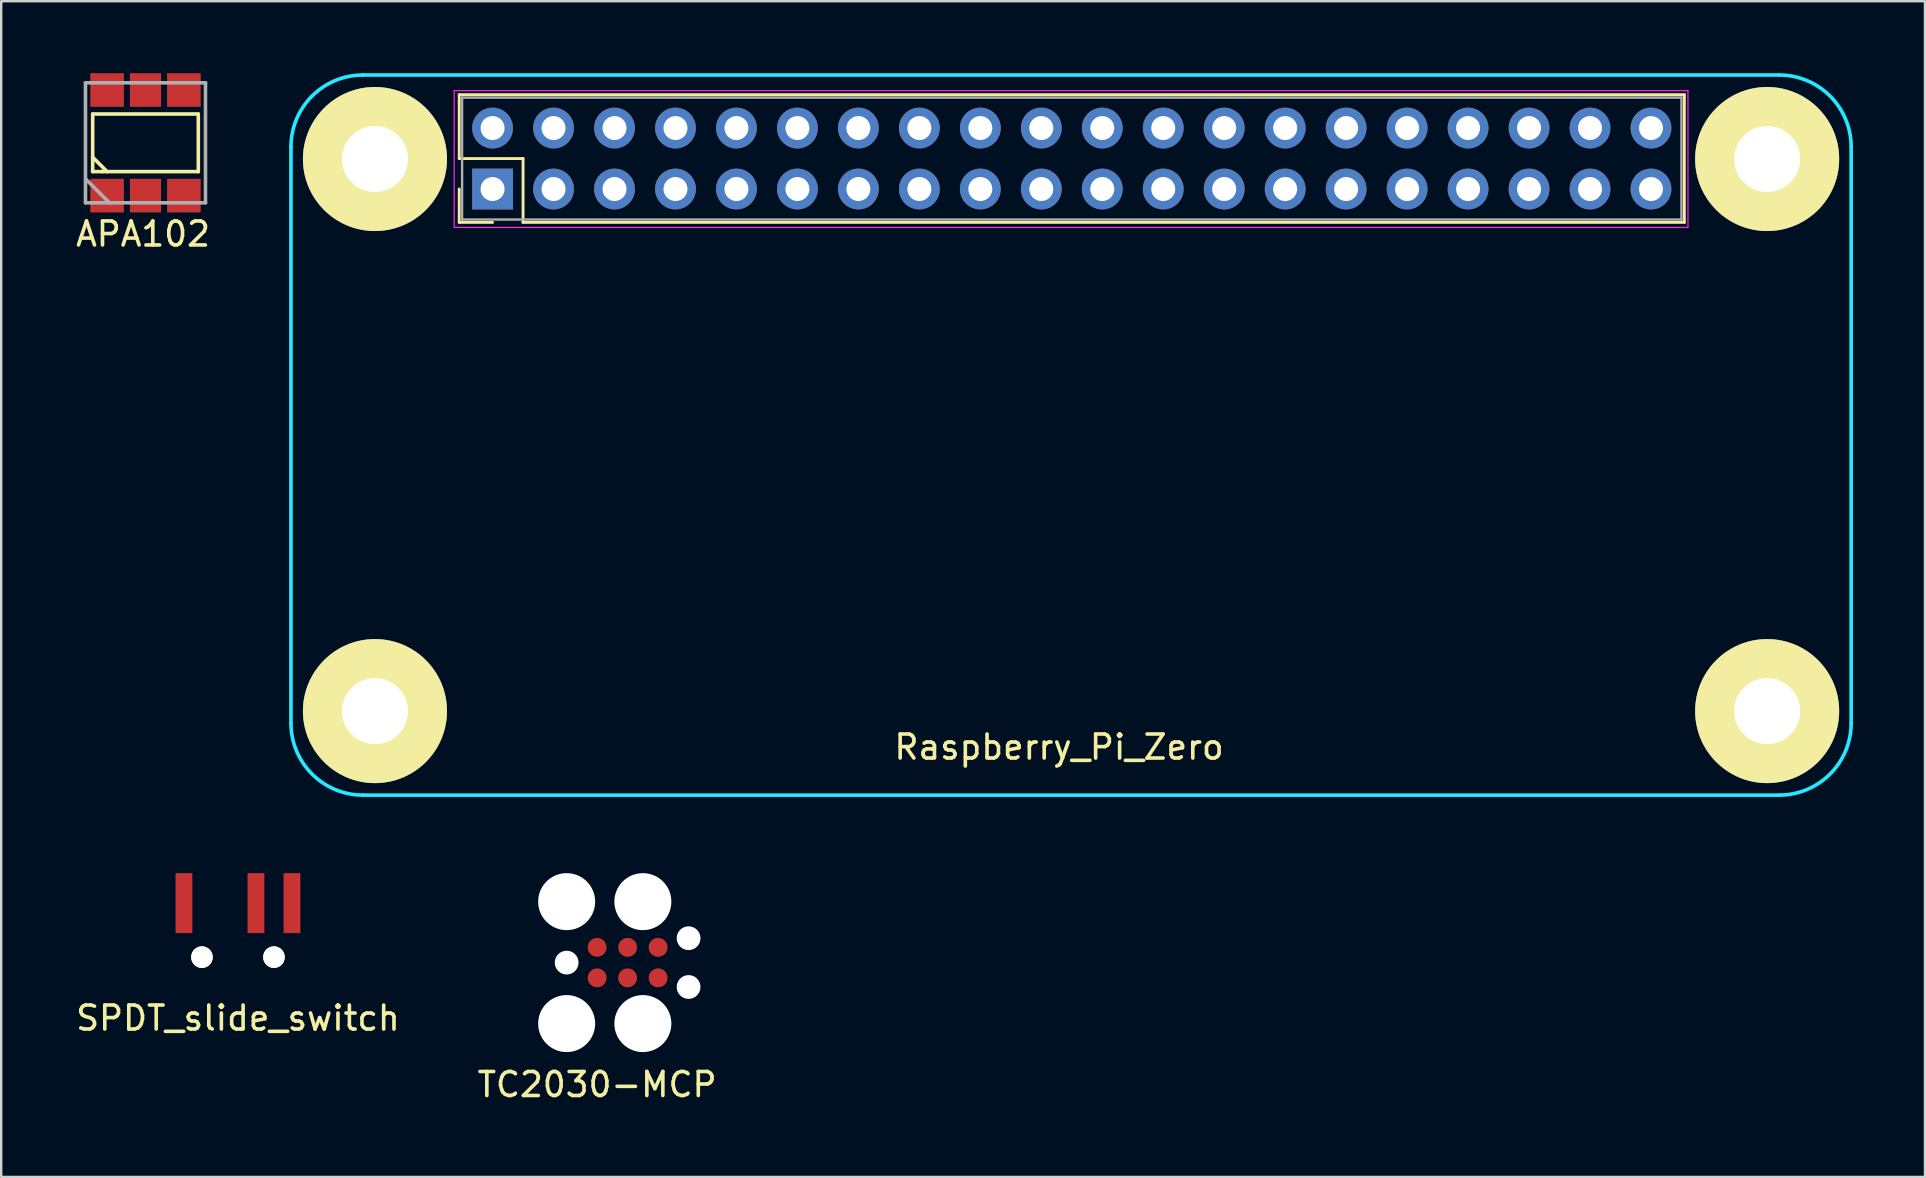
<source format=kicad_pcb>
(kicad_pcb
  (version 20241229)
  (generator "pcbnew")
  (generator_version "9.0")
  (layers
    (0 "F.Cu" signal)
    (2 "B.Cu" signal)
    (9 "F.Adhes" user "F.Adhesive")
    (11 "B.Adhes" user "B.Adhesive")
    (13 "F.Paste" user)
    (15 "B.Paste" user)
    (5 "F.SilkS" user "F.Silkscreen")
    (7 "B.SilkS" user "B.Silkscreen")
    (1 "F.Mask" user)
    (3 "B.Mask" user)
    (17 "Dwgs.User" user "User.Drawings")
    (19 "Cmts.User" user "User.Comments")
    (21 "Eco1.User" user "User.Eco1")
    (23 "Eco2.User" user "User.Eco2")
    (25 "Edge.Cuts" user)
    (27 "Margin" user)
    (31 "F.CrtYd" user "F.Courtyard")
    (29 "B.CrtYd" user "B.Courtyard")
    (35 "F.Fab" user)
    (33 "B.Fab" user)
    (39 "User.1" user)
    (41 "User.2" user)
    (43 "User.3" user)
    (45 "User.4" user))
  (footprint "APA102"
    (layer "F.Cu")
    (at 3.011 2.9)
    (property "Reference" "APA102" (at -0.1 3.8 0) (layer "F.SilkS") (effects (font (size 1 1) (thickness 0.15))))
    (attr through_hole)
    (fp_line (start -2.2 -1.2) (end -2.2 1.2) (stroke (width 0.15) (type solid)) (layer "F.SilkS"))
    (fp_line (start -2.2 -1.2) (end 2.2 -1.2) (stroke (width 0.15) (type solid)) (layer "F.SilkS"))
    (fp_line (start -2.2 0.6) (end -1.6 1.2) (stroke (width 0.15) (type solid)) (layer "F.SilkS"))
    (fp_line (start -1.8 1.2) (end -2.2 1.2) (stroke (width 0.15) (type solid)) (layer "F.SilkS"))
    (fp_line (start 2.2 -1.2) (end 2.2 1.2) (stroke (width 0.15) (type solid)) (layer "F.SilkS"))
    (fp_line (start 2.2 1.2) (end -1.8 1.2) (stroke (width 0.15) (type solid)) (layer "F.SilkS"))
    (fp_line (start -2.5 -2.5) (end 2.5 -2.5) (stroke (width 0.15) (type solid)) (layer "F.Fab"))
    (fp_line (start -2.5 1.5) (end -1.5 2.5) (stroke (width 0.15) (type solid)) (layer "F.Fab"))
    (fp_line (start -2.5 2.5) (end -2.5 -2.5) (stroke (width 0.15) (type solid)) (layer "F.Fab"))
    (fp_line (start 2.5 -2.5) (end 2.5 2.5) (stroke (width 0.15) (type solid)) (layer "F.Fab"))
    (fp_line (start 2.5 2.5) (end -2.5 2.5) (stroke (width 0.15) (type solid)) (layer "F.Fab"))
    (pad "1" smd rect (at -1.6 2.2 90) (size 1.4 1.4) (layers "F.Cu" "F.Mask" "F.Paste"))
    (pad "2" smd rect (at 0 2.2 90) (size 1.4 1.3) (layers "F.Cu" "F.Mask" "F.Paste"))
    (pad "3" smd rect (at 1.6 2.2 90) (size 1.4 1.4) (layers "F.Cu" "F.Mask" "F.Paste"))
    (pad "4" smd rect (at 1.6 -2.2 90) (size 1.4 1.4) (layers "F.Cu" "F.Mask" "F.Paste"))
    (pad "5" smd rect (at 0 -2.2 90) (size 1.4 1.3) (layers "F.Cu" "F.Mask" "F.Paste"))
    (pad "6" smd rect (at -1.6 -2.2 90) (size 1.4 1.4) (layers "F.Cu" "F.Mask" "F.Paste")))
  (footprint "Raspberry_Pi_Zero"
    (layer "F.Cu")
    (at 9.071 30.075)
    (property "Reference" "Raspberry_Pi_Zero" (at 32 -2 0) (layer "F.SilkS") (effects (font (size 1 1) (thickness 0.15))))
    (attr through_hole)
    (fp_line (start 7.01 -29.18) (end 7.01 -26.52) (stroke (width 0.12) (type solid)) (layer "F.SilkS"))
    (fp_line (start 7.01 -26.52) (end 9.67 -26.52) (stroke (width 0.12) (type solid)) (layer "F.SilkS"))
    (fp_line (start 7.01 -23.86) (end 7.01 -25.25) (stroke (width 0.12) (type solid)) (layer "F.SilkS"))
    (fp_line (start 8.4 -23.86) (end 7.01 -23.86) (stroke (width 0.12) (type solid)) (layer "F.SilkS"))
    (fp_line (start 9.67 -26.52) (end 9.67 -23.86) (stroke (width 0.12) (type solid)) (layer "F.SilkS"))
    (fp_line (start 9.67 -23.86) (end 58.05 -23.86) (stroke (width 0.12) (type solid)) (layer "F.SilkS"))
    (fp_line (start 58.05 -29.18) (end 7.01 -29.18) (stroke (width 0.12) (type solid)) (layer "F.SilkS"))
    (fp_line (start 58.05 -23.86) (end 58.05 -29.18) (stroke (width 0.12) (type solid)) (layer "F.SilkS"))
    (fp_line (start 0 -3) (end 0 -27) (stroke (width 0.15) (type solid)) (layer "B.CrtYd"))
    (fp_line (start 3 -30) (end 62 -30) (stroke (width 0.15) (type solid)) (layer "B.CrtYd"))
    (fp_line (start 62 0) (end 3 0) (stroke (width 0.15) (type solid)) (layer "B.CrtYd"))
    (fp_line (start 65 -27) (end 65 -3) (stroke (width 0.15) (type solid)) (layer "B.CrtYd"))
    (fp_arc (start 0 -27) (mid 0.87868 -29.12132) (end 3 -30) (stroke (width 0.15) (type solid)) (layer "B.CrtYd"))
    (fp_arc (start 3 0) (mid 0.87868 -0.87868) (end 0 -3) (stroke (width 0.15) (type solid)) (layer "B.CrtYd"))
    (fp_arc (start 62 -30) (mid 64.12132 -29.12132) (end 65 -27) (stroke (width 0.15) (type solid)) (layer "B.CrtYd"))
    (fp_arc (start 65 -3) (mid 64.12132 -0.87868) (end 62 0) (stroke (width 0.15) (type solid)) (layer "B.CrtYd"))
    (fp_line (start 6.8 -29.35) (end 6.8 -23.65) (stroke (width 0.05) (type solid)) (layer "F.CrtYd"))
    (fp_line (start 6.8 -23.65) (end 58.2 -23.65) (stroke (width 0.05) (type solid)) (layer "F.CrtYd"))
    (fp_line (start 58.2 -29.35) (end 6.8 -29.35) (stroke (width 0.05) (type solid)) (layer "F.CrtYd"))
    (fp_line (start 58.2 -23.65) (end 58.2 -29.35) (stroke (width 0.05) (type solid)) (layer "F.CrtYd"))
    (fp_line (start 7.13 -29.06) (end 7.13 -23.98) (stroke (width 0.1) (type solid)) (layer "F.Fab"))
    (fp_line (start 7.13 -23.98) (end 57.93 -23.98) (stroke (width 0.1) (type solid)) (layer "F.Fab"))
    (fp_line (start 57.93 -29.06) (end 7.13 -29.06) (stroke (width 0.1) (type solid)) (layer "F.Fab"))
    (fp_line (start 57.93 -23.98) (end 57.93 -29.06) (stroke (width 0.1) (type solid)) (layer "F.Fab"))
    (pad "" np_thru_hole circle (at 3.5 -26.5) (size 6 6) (drill 2.75) (layers "*.Cu" "*.Mask" "F.SilkS"))
    (pad "" np_thru_hole circle (at 3.5 -3.5) (size 6 6) (drill 2.75) (layers "*.Cu" "*.Mask" "F.SilkS"))
    (pad "" np_thru_hole circle (at 61.5 -26.5) (size 6 6) (drill 2.75) (layers "*.Cu" "*.Mask" "F.SilkS"))
    (pad "" np_thru_hole circle (at 61.5 -3.5) (size 6 6) (drill 2.75) (layers "*.Cu" "*.Mask" "F.SilkS"))
    (pad "1" thru_hole rect (at 8.4 -25.25 90) (size 1.7 1.7) (drill 1) (layers "*.Cu" "*.Mask"))
    (pad "2" thru_hole oval (at 8.4 -27.79 90) (size 1.7 1.7) (drill 1) (layers "*.Cu" "*.Mask"))
    (pad "3" thru_hole oval (at 10.94 -25.25 90) (size 1.7 1.7) (drill 1) (layers "*.Cu" "*.Mask"))
    (pad "4" thru_hole oval (at 10.94 -27.79 90) (size 1.7 1.7) (drill 1) (layers "*.Cu" "*.Mask"))
    (pad "5" thru_hole oval (at 13.48 -25.25 90) (size 1.7 1.7) (drill 1) (layers "*.Cu" "*.Mask"))
    (pad "6" thru_hole oval (at 13.48 -27.79 90) (size 1.7 1.7) (drill 1) (layers "*.Cu" "*.Mask"))
    (pad "7" thru_hole oval (at 16.02 -25.25 90) (size 1.7 1.7) (drill 1) (layers "*.Cu" "*.Mask"))
    (pad "8" thru_hole oval (at 16.02 -27.79 90) (size 1.7 1.7) (drill 1) (layers "*.Cu" "*.Mask"))
    (pad "9" thru_hole oval (at 18.56 -25.25 90) (size 1.7 1.7) (drill 1) (layers "*.Cu" "*.Mask"))
    (pad "10" thru_hole oval (at 18.56 -27.79 90) (size 1.7 1.7) (drill 1) (layers "*.Cu" "*.Mask"))
    (pad "11" thru_hole oval (at 21.1 -25.25 90) (size 1.7 1.7) (drill 1) (layers "*.Cu" "*.Mask"))
    (pad "12" thru_hole oval (at 21.1 -27.79 90) (size 1.7 1.7) (drill 1) (layers "*.Cu" "*.Mask"))
    (pad "13" thru_hole oval (at 23.64 -25.25 90) (size 1.7 1.7) (drill 1) (layers "*.Cu" "*.Mask"))
    (pad "14" thru_hole oval (at 23.64 -27.79 90) (size 1.7 1.7) (drill 1) (layers "*.Cu" "*.Mask"))
    (pad "15" thru_hole oval (at 26.18 -25.25 90) (size 1.7 1.7) (drill 1) (layers "*.Cu" "*.Mask"))
    (pad "16" thru_hole oval (at 26.18 -27.79 90) (size 1.7 1.7) (drill 1) (layers "*.Cu" "*.Mask"))
    (pad "17" thru_hole oval (at 28.72 -25.25 90) (size 1.7 1.7) (drill 1) (layers "*.Cu" "*.Mask"))
    (pad "18" thru_hole oval (at 28.72 -27.79 90) (size 1.7 1.7) (drill 1) (layers "*.Cu" "*.Mask"))
    (pad "19" thru_hole oval (at 31.26 -25.25 90) (size 1.7 1.7) (drill 1) (layers "*.Cu" "*.Mask"))
    (pad "20" thru_hole oval (at 31.26 -27.79 90) (size 1.7 1.7) (drill 1) (layers "*.Cu" "*.Mask"))
    (pad "21" thru_hole oval (at 33.8 -25.25 90) (size 1.7 1.7) (drill 1) (layers "*.Cu" "*.Mask"))
    (pad "22" thru_hole oval (at 33.8 -27.79 90) (size 1.7 1.7) (drill 1) (layers "*.Cu" "*.Mask"))
    (pad "23" thru_hole oval (at 36.34 -25.25 90) (size 1.7 1.7) (drill 1) (layers "*.Cu" "*.Mask"))
    (pad "24" thru_hole oval (at 36.34 -27.79 90) (size 1.7 1.7) (drill 1) (layers "*.Cu" "*.Mask"))
    (pad "25" thru_hole oval (at 38.88 -25.25 90) (size 1.7 1.7) (drill 1) (layers "*.Cu" "*.Mask"))
    (pad "26" thru_hole oval (at 38.88 -27.79 90) (size 1.7 1.7) (drill 1) (layers "*.Cu" "*.Mask"))
    (pad "27" thru_hole oval (at 41.42 -25.25 90) (size 1.7 1.7) (drill 1) (layers "*.Cu" "*.Mask"))
    (pad "28" thru_hole oval (at 41.42 -27.79 90) (size 1.7 1.7) (drill 1) (layers "*.Cu" "*.Mask"))
    (pad "29" thru_hole oval (at 43.96 -25.25 90) (size 1.7 1.7) (drill 1) (layers "*.Cu" "*.Mask"))
    (pad "30" thru_hole oval (at 43.96 -27.79 90) (size 1.7 1.7) (drill 1) (layers "*.Cu" "*.Mask"))
    (pad "31" thru_hole oval (at 46.5 -25.25 90) (size 1.7 1.7) (drill 1) (layers "*.Cu" "*.Mask"))
    (pad "32" thru_hole oval (at 46.5 -27.79 90) (size 1.7 1.7) (drill 1) (layers "*.Cu" "*.Mask"))
    (pad "33" thru_hole oval (at 49.04 -25.25 90) (size 1.7 1.7) (drill 1) (layers "*.Cu" "*.Mask"))
    (pad "34" thru_hole oval (at 49.04 -27.79 90) (size 1.7 1.7) (drill 1) (layers "*.Cu" "*.Mask"))
    (pad "35" thru_hole oval (at 51.58 -25.25 90) (size 1.7 1.7) (drill 1) (layers "*.Cu" "*.Mask"))
    (pad "36" thru_hole oval (at 51.58 -27.79 90) (size 1.7 1.7) (drill 1) (layers "*.Cu" "*.Mask"))
    (pad "37" thru_hole oval (at 54.12 -25.25 90) (size 1.7 1.7) (drill 1) (layers "*.Cu" "*.Mask"))
    (pad "38" thru_hole oval (at 54.12 -27.79 90) (size 1.7 1.7) (drill 1) (layers "*.Cu" "*.Mask"))
    (pad "39" thru_hole oval (at 56.66 -25.25 90) (size 1.7 1.7) (drill 1) (layers "*.Cu" "*.Mask"))
    (pad "40" thru_hole oval (at 56.66 -27.79 90) (size 1.7 1.7) (drill 1) (layers "*.Cu" "*.Mask")))
  (footprint "TC2030-MCP"
    (layer "F.Cu")
    (at 20.557 37.053)
    (property "Reference" "TC2030-MCP" (at 1.27 5.08 0) (layer "F.SilkS") (effects (font (size 1 1) (thickness 0.15))))
    (attr through_hole)
    (pad "" np_thru_hole circle (at 0 -2.54) (size 2.375 2.375) (drill 2.375) (layers "*.Cu" "*.Mask"))
    (pad "" np_thru_hole circle (at 0 0) (size 0.991 0.991) (drill 0.991) (layers "*.Cu" "*.Mask"))
    (pad "" np_thru_hole circle (at 0 2.54) (size 2.375 2.375) (drill 2.375) (layers "*.Cu" "*.Mask"))
    (pad "" np_thru_hole circle (at 3.175 -2.54) (size 2.375 2.375) (drill 2.375) (layers "*.Cu" "*.Mask"))
    (pad "" np_thru_hole circle (at 3.175 2.54) (size 2.375 2.375) (drill 2.375) (layers "*.Cu" "*.Mask"))
    (pad "" np_thru_hole circle (at 5.08 -1.016) (size 0.991 0.991) (drill 0.991) (layers "*.Cu" "*.Mask"))
    (pad "" np_thru_hole circle (at 5.08 1.016) (size 0.991 0.991) (drill 0.991) (layers "*.Cu" "*.Mask"))
    (pad "1" smd circle (at 1.27 0.635) (size 0.787 0.787) (layers "F.Cu" "F.Mask"))
    (pad "2" smd circle (at 1.27 -0.635) (size 0.787 0.787) (layers "F.Cu" "F.Mask"))
    (pad "3" smd circle (at 2.54 0.635) (size 0.787 0.787) (layers "F.Cu" "F.Mask"))
    (pad "4" smd circle (at 2.54 -0.635) (size 0.787 0.787) (layers "F.Cu" "F.Mask"))
    (pad "5" smd circle (at 3.81 0.635) (size 0.787 0.787) (layers "F.Cu" "F.Mask"))
    (pad "6" smd circle (at 3.81 -0.635) (size 0.787 0.787) (layers "F.Cu" "F.Mask")))
  (footprint "SPDT_slide_switch"
    (layer "F.Cu")
    (at 6.863 36.825)
    (property "Reference" "SPDT_slide_switch" (at 0 2.54 0) (layer "F.SilkS") (effects (font (size 1 1) (thickness 0.15))))
    (attr through_hole)
    (pad "" np_thru_hole circle (at -1.5 0) (size 0.9 0.9) (drill 0.9) (layers "*.Cu" "*.Mask" "F.SilkS"))
    (pad "" np_thru_hole circle (at 1.5 0) (size 0.9 0.9) (drill 0.9) (layers "*.Cu" "*.Mask" "F.SilkS"))
    (pad "1" smd rect (at -2.25 -2.25) (size 0.7 2.5) (layers "F.Cu" "F.Mask" "F.Paste"))
    (pad "2" smd rect (at 0.75 -2.25) (size 0.7 2.5) (layers "F.Cu" "F.Mask" "F.Paste"))
    (pad "3" smd rect (at 2.25 -2.25) (size 0.7 2.5) (layers "F.Cu" "F.Mask" "F.Paste")))
  (gr_rect
    (start -3 -3)
    (end 77.146 45.981)
    (stroke (width 0.1) (type default))
    (fill no)
    (layer "Edge.Cuts")))
</source>
